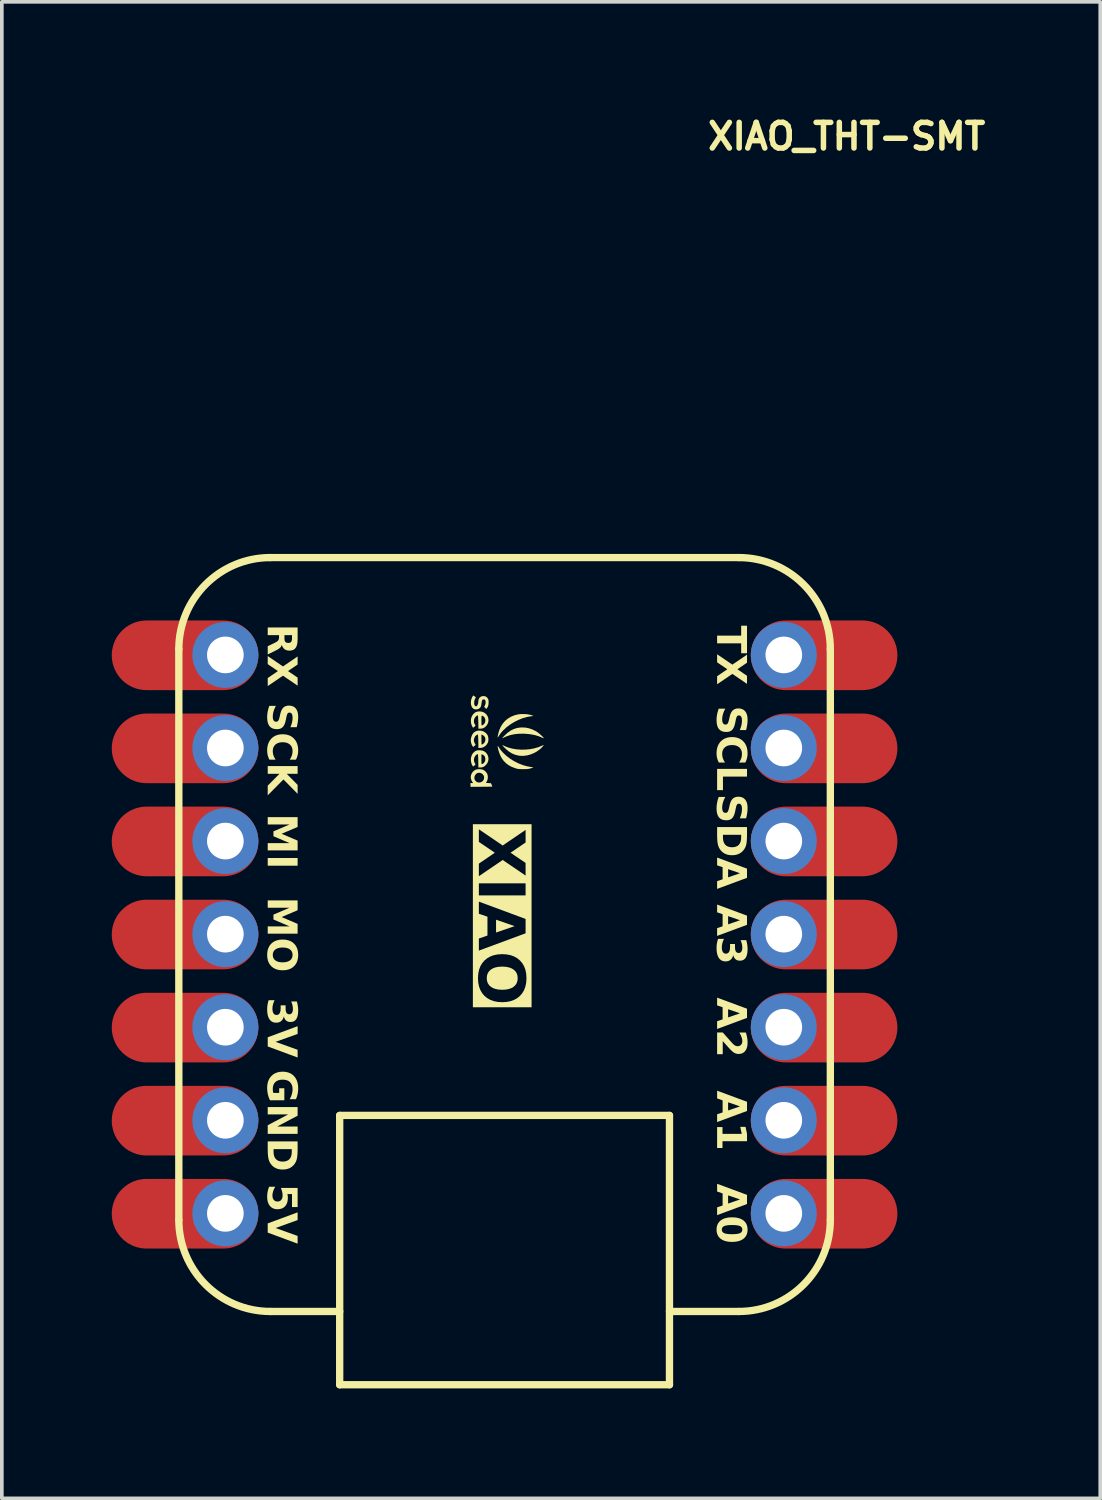
<source format=kicad_pcb>
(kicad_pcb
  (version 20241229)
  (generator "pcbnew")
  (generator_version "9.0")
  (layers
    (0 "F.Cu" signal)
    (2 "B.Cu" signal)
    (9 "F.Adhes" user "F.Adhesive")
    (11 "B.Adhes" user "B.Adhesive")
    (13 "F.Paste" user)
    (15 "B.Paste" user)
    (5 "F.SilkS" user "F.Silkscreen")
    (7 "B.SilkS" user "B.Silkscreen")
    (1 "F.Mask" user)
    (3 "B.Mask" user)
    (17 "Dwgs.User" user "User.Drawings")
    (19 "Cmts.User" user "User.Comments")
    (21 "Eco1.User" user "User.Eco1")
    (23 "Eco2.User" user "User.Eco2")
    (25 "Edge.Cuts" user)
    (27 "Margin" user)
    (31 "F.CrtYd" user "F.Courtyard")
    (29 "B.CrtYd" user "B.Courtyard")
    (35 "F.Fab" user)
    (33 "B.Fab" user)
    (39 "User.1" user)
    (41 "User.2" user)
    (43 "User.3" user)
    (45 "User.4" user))
  (footprint "XIAO_THT-SMT"
    (layer "F.Cu")
    (at 10.72 22.453)
    (property "Reference" "XIAO_THT-SMT" (at 9.335 -21.78 0) (layer "F.SilkS") (effects (font (size 0.7 0.7) (thickness 0.15))))
    (attr through_hole)
    (fp_line (start -8.89 7.787) (end -8.89 -7.787) (stroke (width 0.2) (type solid)) (layer "F.SilkS"))
    (fp_line (start -6.39 -10.287) (end 6.39 -10.287) (stroke (width 0.2) (type solid)) (layer "F.SilkS"))
    (fp_line (start -4.5 4.937) (end 4.5 4.937) (stroke (width 0.2) (type solid)) (layer "F.SilkS"))
    (fp_line (start -4.5 10.287) (end -6.39 10.287) (stroke (width 0.2) (type solid)) (layer "F.SilkS"))
    (fp_line (start -4.5 12.287) (end -4.5 4.937) (stroke (width 0.2) (type solid)) (layer "F.SilkS"))
    (fp_line (start 4.5 4.937) (end 4.5 12.287) (stroke (width 0.2) (type solid)) (layer "F.SilkS"))
    (fp_line (start 4.5 12.287) (end -4.5 12.287) (stroke (width 0.2) (type solid)) (layer "F.SilkS"))
    (fp_line (start 6.39 10.287) (end 4.5 10.287) (stroke (width 0.2) (type solid)) (layer "F.SilkS"))
    (fp_line (start 8.89 -7.787) (end 8.89 7.787) (stroke (width 0.2) (type solid)) (layer "F.SilkS"))
    (fp_arc (start -8.89 -7.787) (mid -8.157767 -9.554767) (end -6.39 -10.287) (stroke (width 0.2) (type solid)) (layer "F.SilkS"))
    (fp_arc (start -6.39 10.287) (mid -8.157767 9.554767) (end -8.89 7.787) (stroke (width 0.2) (type solid)) (layer "F.SilkS"))
    (fp_arc (start 6.39 -10.287) (mid 8.157767 -9.554767) (end 8.89 -7.787) (stroke (width 0.2) (type solid)) (layer "F.SilkS"))
    (fp_arc (start 8.89 7.787) (mid 8.157767 9.554767) (end 6.39 10.287) (stroke (width 0.2) (type solid)) (layer "F.SilkS"))
    (fp_poly (pts (xy 0.727 -5.957) (xy 0.613 -5.937) (xy 0.496 -5.904) (xy 0.379 -5.857) (xy 0.265 -5.8) (xy 0.156 -5.733) (xy 0.055 -5.658) (xy -0.033 -5.576) (xy -0.046 -5.563) (xy -0.082 -5.523) (xy -0.113 -5.484) (xy -0.144 -5.44) (xy -0.179 -5.386) (xy -0.187 -5.376) (xy -0.189 -5.379) (xy -0.189 -5.387) (xy -0.187 -5.404) (xy -0.183 -5.431) (xy -0.178 -5.458) (xy -0.148 -5.567) (xy -0.106 -5.666) (xy -0.052 -5.753) (xy 0.014 -5.83) (xy 0.091 -5.894) (xy 0.178 -5.946) (xy 0.275 -5.984) (xy 0.372 -6.008) (xy 0.433 -6.015) (xy 0.501 -6.017) (xy 0.571 -6.015) (xy 0.638 -6.008) (xy 0.699 -5.996) (xy 0.748 -5.981) (xy 0.756 -5.978) (xy 0.789 -5.963)) (stroke (width 0) (type solid)) (fill yes) (layer "F.SilkS"))
    (fp_poly (pts (xy 1.064 -5.163) (xy 1.053 -5.146) (xy 1.034 -5.124) (xy 1.012 -5.1) (xy 0.989 -5.076) (xy 0.976 -5.065) (xy 0.892 -5.002) (xy 0.8 -4.951) (xy 0.705 -4.912) (xy 0.607 -4.887) (xy 0.51 -4.875) (xy 0.415 -4.878) (xy 0.339 -4.892) (xy 0.264 -4.915) (xy 0.198 -4.944) (xy 0.135 -4.982) (xy 0.072 -5.031) (xy 0.02 -5.078) (xy -0.018 -5.115) (xy -0.043 -5.142) (xy -0.056 -5.158) (xy -0.058 -5.166) (xy -0.049 -5.165) (xy -0.028 -5.157) (xy -0.018 -5.151) (xy 0.085 -5.108) (xy 0.197 -5.076) (xy 0.317 -5.055) (xy 0.441 -5.045) (xy 0.566 -5.046) (xy 0.691 -5.058) (xy 0.812 -5.08) (xy 0.926 -5.114) (xy 1.014 -5.15) (xy 1.04 -5.162) (xy 1.059 -5.17) (xy 1.066 -5.172)) (stroke (width 0) (type solid)) (fill yes) (layer "F.SilkS"))
    (fp_poly (pts (xy 0.756 -4.55) (xy 0.718 -4.535) (xy 0.679 -4.525) (xy 0.637 -4.518) (xy 0.588 -4.514) (xy 0.526 -4.513) (xy 0.502 -4.513) (xy 0.45 -4.514) (xy 0.41 -4.515) (xy 0.379 -4.518) (xy 0.351 -4.522) (xy 0.324 -4.529) (xy 0.299 -4.536) (xy 0.2 -4.573) (xy 0.114 -4.618) (xy 0.039 -4.674) (xy -0.027 -4.742) (xy -0.074 -4.805) (xy -0.11 -4.871) (xy -0.142 -4.948) (xy -0.168 -5.03) (xy -0.177 -5.069) (xy -0.185 -5.11) (xy -0.189 -5.136) (xy -0.188 -5.147) (xy -0.182 -5.144) (xy -0.17 -5.128) (xy -0.16 -5.112) (xy -0.1 -5.026) (xy -0.024 -4.943) (xy 0.063 -4.864) (xy 0.16 -4.792) (xy 0.265 -4.728) (xy 0.375 -4.672) (xy 0.489 -4.627) (xy 0.604 -4.593) (xy 0.717 -4.572) (xy 0.735 -4.57) (xy 0.789 -4.564)) (stroke (width 0) (type solid)) (fill yes) (layer "F.SilkS"))
    (fp_poly (pts (xy 1.062 -5.357) (xy 1.044 -5.363) (xy 1.029 -5.37) (xy 0.927 -5.413) (xy 0.812 -5.446) (xy 0.685 -5.468) (xy 0.547 -5.48) (xy 0.523 -5.481) (xy 0.391 -5.479) (xy 0.271 -5.467) (xy 0.16 -5.444) (xy 0.056 -5.409) (xy -0.000345 -5.385) (xy -0.029 -5.371) (xy -0.052 -5.362) (xy -0.064 -5.359) (xy -0.065 -5.359) (xy -0.059 -5.367) (xy -0.044 -5.384) (xy -0.022 -5.408) (xy 0.004 -5.434) (xy 0.086 -5.509) (xy 0.17 -5.568) (xy 0.257 -5.61) (xy 0.348 -5.638) (xy 0.444 -5.65) (xy 0.481 -5.651) (xy 0.576 -5.646) (xy 0.665 -5.628) (xy 0.754 -5.598) (xy 0.844 -5.554) (xy 0.864 -5.543) (xy 0.892 -5.525) (xy 0.924 -5.5) (xy 0.959 -5.473) (xy 0.992 -5.443) (xy 1.023 -5.415) (xy 1.047 -5.39) (xy 1.064 -5.37) (xy 1.069 -5.359)) (stroke (width 0) (type solid)) (fill yes) (layer "F.SilkS"))
    (fp_poly (pts (xy -0.44 -6.273) (xy -0.454 -6.224) (xy -0.478 -6.18) (xy -0.486 -6.171) (xy -0.494 -6.162) (xy -0.502 -6.161) (xy -0.514 -6.17) (xy -0.528 -6.184) (xy -0.557 -6.212) (xy -0.536 -6.253) (xy -0.52 -6.299) (xy -0.516 -6.345) (xy -0.525 -6.385) (xy -0.528 -6.392) (xy -0.541 -6.41) (xy -0.558 -6.416) (xy -0.569 -6.417) (xy -0.59 -6.414) (xy -0.605 -6.403) (xy -0.616 -6.382) (xy -0.624 -6.349) (xy -0.63 -6.307) (xy -0.638 -6.255) (xy -0.65 -6.217) (xy -0.667 -6.19) (xy -0.692 -6.169) (xy -0.707 -6.16) (xy -0.747 -6.146) (xy -0.789 -6.143) (xy -0.829 -6.151) (xy -0.855 -6.164) (xy -0.885 -6.196) (xy -0.906 -6.239) (xy -0.918 -6.291) (xy -0.92 -6.348) (xy -0.913 -6.4) (xy -0.902 -6.435) (xy -0.887 -6.472) (xy -0.879 -6.486) (xy -0.856 -6.525) (xy -0.82 -6.5) (xy -0.783 -6.475) (xy -0.804 -6.437) (xy -0.821 -6.395) (xy -0.829 -6.346) (xy -0.83 -6.343) (xy -0.83 -6.296) (xy -0.822 -6.262) (xy -0.807 -6.24) (xy -0.794 -6.232) (xy -0.778 -6.227) (xy -0.764 -6.232) (xy -0.753 -6.241) (xy -0.737 -6.265) (xy -0.724 -6.301) (xy -0.717 -6.345) (xy -0.715 -6.376) (xy -0.708 -6.42) (xy -0.686 -6.458) (xy -0.654 -6.487) (xy -0.612 -6.504) (xy -0.576 -6.508) (xy -0.528 -6.501) (xy -0.49 -6.48) (xy -0.46 -6.445) (xy -0.457 -6.441) (xy -0.446 -6.419) (xy -0.44 -6.398) (xy -0.437 -6.371) (xy -0.436 -6.333) (xy -0.436 -6.333)) (stroke (width 0) (type solid)) (fill yes) (layer "F.SilkS"))
    (fp_poly (pts (xy -0.343 -4.036) (xy -0.366 -4.035) (xy -0.402 -4.035) (xy -0.449 -4.034) (xy -0.505 -4.033) (xy -0.569 -4.033) (xy -0.632 -4.032) (xy -0.928 -4.03) (xy -0.93 -4.082) (xy -0.933 -4.133) (xy -0.894 -4.133) (xy -0.855 -4.133) (xy -0.877 -4.159) (xy -0.895 -4.188) (xy -0.91 -4.226) (xy -0.921 -4.266) (xy -0.924 -4.296) (xy -0.916 -4.35) (xy -0.894 -4.402) (xy -0.86 -4.448) (xy -0.817 -4.483) (xy -0.801 -4.492) (xy -0.757 -4.506) (xy -0.709 -4.512) (xy -0.709 -4.414) (xy -0.747 -4.404) (xy -0.765 -4.393) (xy -0.797 -4.361) (xy -0.817 -4.321) (xy -0.825 -4.278) (xy -0.819 -4.235) (xy -0.807 -4.211) (xy -0.778 -4.177) (xy -0.744 -4.156) (xy -0.706 -4.148) (xy -0.667 -4.151) (xy -0.63 -4.164) (xy -0.599 -4.186) (xy -0.574 -4.217) (xy -0.56 -4.256) (xy -0.559 -4.3) (xy -0.559 -4.301) (xy -0.572 -4.341) (xy -0.597 -4.373) (xy -0.63 -4.398) (xy -0.668 -4.412) (xy -0.709 -4.414) (xy -0.709 -4.512) (xy -0.705 -4.513) (xy -0.652 -4.511) (xy -0.603 -4.501) (xy -0.58 -4.492) (xy -0.541 -4.468) (xy -0.507 -4.434) (xy -0.479 -4.397) (xy -0.467 -4.368) (xy -0.457 -4.314) (xy -0.459 -4.258) (xy -0.472 -4.206) (xy -0.477 -4.195) (xy -0.49 -4.17) (xy -0.502 -4.151) (xy -0.508 -4.145) (xy -0.506 -4.141) (xy -0.489 -4.137) (xy -0.458 -4.134) (xy -0.446 -4.133) (xy -0.372 -4.129) (xy -0.352 -4.083) (xy -0.342 -4.059) (xy -0.336 -4.042) (xy -0.335 -4.036)) (stroke (width 0) (type solid)) (fill yes) (layer "F.SilkS"))
    (fp_poly (pts (xy -0.449 -5.256) (xy -0.455 -5.24) (xy -0.486 -5.186) (xy -0.528 -5.143) (xy -0.578 -5.112) (xy -0.633 -5.095) (xy -0.667 -5.092) (xy -0.715 -5.092) (xy -0.715 -5.194) (xy -0.716 -5.242) (xy -0.717 -5.291) (xy -0.719 -5.339) (xy -0.721 -5.383) (xy -0.724 -5.419) (xy -0.726 -5.445) (xy -0.729 -5.457) (xy -0.729 -5.458) (xy -0.739 -5.458) (xy -0.756 -5.449) (xy -0.777 -5.435) (xy -0.795 -5.419) (xy -0.806 -5.405) (xy -0.83 -5.352) (xy -0.838 -5.301) (xy -0.83 -5.252) (xy -0.81 -5.212) (xy -0.789 -5.181) (xy -0.82 -5.149) (xy -0.84 -5.13) (xy -0.853 -5.123) (xy -0.862 -5.126) (xy -0.863 -5.127) (xy -0.879 -5.147) (xy -0.895 -5.179) (xy -0.909 -5.218) (xy -0.914 -5.24) (xy -0.921 -5.277) (xy -0.922 -5.308) (xy -0.919 -5.341) (xy -0.912 -5.375) (xy -0.896 -5.425) (xy -0.872 -5.471) (xy -0.843 -5.508) (xy -0.829 -5.52) (xy -0.779 -5.549) (xy -0.723 -5.564) (xy -0.665 -5.565) (xy -0.632 -5.559) (xy -0.632 -5.458) (xy -0.632 -5.321) (xy -0.631 -5.264) (xy -0.63 -5.223) (xy -0.628 -5.197) (xy -0.624 -5.185) (xy -0.622 -5.183) (xy -0.602 -5.19) (xy -0.578 -5.207) (xy -0.555 -5.23) (xy -0.541 -5.253) (xy -0.525 -5.301) (xy -0.524 -5.347) (xy -0.538 -5.388) (xy -0.565 -5.422) (xy -0.605 -5.447) (xy -0.611 -5.45) (xy -0.632 -5.458) (xy -0.632 -5.559) (xy -0.608 -5.554) (xy -0.555 -5.532) (xy -0.509 -5.498) (xy -0.472 -5.454) (xy -0.463 -5.438) (xy -0.449 -5.398) (xy -0.442 -5.35) (xy -0.442 -5.3)) (stroke (width 0) (type solid)) (fill yes) (layer "F.SilkS"))
    (fp_poly (pts (xy -0.448 -4.73) (xy -0.472 -4.676) (xy -0.509 -4.627) (xy -0.519 -4.618) (xy -0.557 -4.587) (xy -0.594 -4.568) (xy -0.635 -4.56) (xy -0.665 -4.558) (xy -0.715 -4.558) (xy -0.717 -4.681) (xy -0.717 -4.726) (xy -0.718 -4.765) (xy -0.719 -4.795) (xy -0.72 -4.813) (xy -0.72 -4.817) (xy -0.721 -4.831) (xy -0.722 -4.857) (xy -0.723 -4.878) (xy -0.724 -4.905) (xy -0.726 -4.918) (xy -0.732 -4.922) (xy -0.742 -4.92) (xy -0.772 -4.904) (xy -0.8 -4.875) (xy -0.821 -4.838) (xy -0.829 -4.817) (xy -0.837 -4.766) (xy -0.83 -4.716) (xy -0.81 -4.671) (xy -0.807 -4.667) (xy -0.791 -4.644) (xy -0.824 -4.612) (xy -0.842 -4.595) (xy -0.854 -4.588) (xy -0.864 -4.59) (xy -0.874 -4.605) (xy -0.888 -4.632) (xy -0.895 -4.646) (xy -0.91 -4.69) (xy -0.918 -4.742) (xy -0.92 -4.794) (xy -0.915 -4.83) (xy -0.896 -4.894) (xy -0.866 -4.946) (xy -0.825 -4.986) (xy -0.796 -5.005) (xy -0.771 -5.018) (xy -0.749 -5.025) (xy -0.722 -5.028) (xy -0.686 -5.029) (xy -0.686 -5.029) (xy -0.632 -5.024) (xy -0.632 -4.918) (xy -0.632 -4.784) (xy -0.632 -4.734) (xy -0.631 -4.697) (xy -0.63 -4.673) (xy -0.627 -4.659) (xy -0.624 -4.652) (xy -0.619 -4.65) (xy -0.619 -4.65) (xy -0.597 -4.657) (xy -0.573 -4.675) (xy -0.551 -4.7) (xy -0.539 -4.72) (xy -0.526 -4.764) (xy -0.526 -4.808) (xy -0.537 -4.849) (xy -0.558 -4.882) (xy -0.589 -4.905) (xy -0.609 -4.913) (xy -0.632 -4.918) (xy -0.632 -5.024) (xy -0.622 -5.023) (xy -0.568 -5.006) (xy -0.522 -4.976) (xy -0.499 -4.952) (xy -0.464 -4.902) (xy -0.445 -4.846) (xy -0.439 -4.788)) (stroke (width 0) (type solid)) (fill yes) (layer "F.SilkS"))
    (fp_poly (pts (xy -0.453 -5.771) (xy -0.479 -5.719) (xy -0.512 -5.679) (xy -0.556 -5.644) (xy -0.603 -5.624) (xy -0.658 -5.617) (xy -0.663 -5.617) (xy -0.715 -5.617) (xy -0.715 -5.719) (xy -0.716 -5.762) (xy -0.717 -5.808) (xy -0.719 -5.855) (xy -0.721 -5.898) (xy -0.723 -5.936) (xy -0.725 -5.964) (xy -0.727 -5.98) (xy -0.728 -5.982) (xy -0.736 -5.98) (xy -0.753 -5.973) (xy -0.755 -5.972) (xy -0.79 -5.945) (xy -0.817 -5.907) (xy -0.834 -5.862) (xy -0.838 -5.815) (xy -0.832 -5.781) (xy -0.822 -5.753) (xy -0.809 -5.729) (xy -0.806 -5.724) (xy -0.791 -5.703) (xy -0.824 -5.67) (xy -0.842 -5.654) (xy -0.854 -5.646) (xy -0.864 -5.649) (xy -0.874 -5.663) (xy -0.888 -5.691) (xy -0.895 -5.704) (xy -0.91 -5.749) (xy -0.918 -5.801) (xy -0.92 -5.854) (xy -0.915 -5.889) (xy -0.894 -5.955) (xy -0.861 -6.008) (xy -0.816 -6.051) (xy -0.787 -6.069) (xy -0.745 -6.083) (xy -0.694 -6.089) (xy -0.641 -6.085) (xy -0.614 -6.078) (xy -0.614 -5.973) (xy -0.622 -5.971) (xy -0.627 -5.96) (xy -0.63 -5.939) (xy -0.632 -5.905) (xy -0.632 -5.856) (xy -0.632 -5.842) (xy -0.632 -5.792) (xy -0.631 -5.756) (xy -0.63 -5.732) (xy -0.628 -5.718) (xy -0.624 -5.711) (xy -0.619 -5.708) (xy -0.616 -5.708) (xy -0.594 -5.715) (xy -0.57 -5.735) (xy -0.548 -5.762) (xy -0.539 -5.778) (xy -0.525 -5.826) (xy -0.526 -5.871) (xy -0.54 -5.912) (xy -0.567 -5.946) (xy -0.584 -5.958) (xy -0.601 -5.968) (xy -0.614 -5.973) (xy -0.614 -6.078) (xy -0.59 -6.072) (xy -0.572 -6.064) (xy -0.521 -6.031) (xy -0.482 -5.988) (xy -0.455 -5.938) (xy -0.441 -5.883) (xy -0.44 -5.827)) (stroke (width 0) (type solid)) (fill yes) (layer "F.SilkS"))
    (fp_text user "SCL" (at 6.6 -5.08 270) (unlocked yes) (layer "F.SilkS") (effects (font (face "Space Grotesk") (size 0.8 0.8) (thickness 0.16) (bold yes)) (justify top)))
    (fp_text user "GND" (at -6.6 5.08 270) (unlocked yes) (layer "F.SilkS") (effects (font (face "Space Grotesk") (size 0.8 0.8) (thickness 0.16) (bold yes)) (justify bottom)))
    (fp_text user "A0" (at 6.6 7.62 270) (unlocked yes) (layer "F.SilkS") (effects (font (face "Space Grotesk") (size 0.8 0.8) (thickness 0.16) (bold yes)) (justify top)))
    (fp_text user "A2" (at 6.6 2.54 270) (unlocked yes) (layer "F.SilkS") (effects (font (face "Space Grotesk") (size 0.8 0.8) (thickness 0.16) (bold yes)) (justify top)))
    (fp_text user "MO" (at -6.6 0 270) (unlocked yes) (layer "F.SilkS") (effects (font (face "Space Grotesk") (size 0.8 0.8) (thickness 0.16) (bold yes)) (justify bottom)))
    (fp_text user "A3" (at 6.6 0 270) (unlocked yes) (layer "F.SilkS") (effects (font (face "Space Grotesk") (size 0.8 0.8) (thickness 0.16) (bold yes)) (justify top)))
    (fp_text user "SDA" (at 6.6 -2.54 270) (unlocked yes) (layer "F.SilkS") (effects (font (face "Space Grotesk") (size 0.8 0.8) (thickness 0.16) (bold yes)) (justify top)))
    (fp_text user "MI" (at -6.6 -2.54 270) (unlocked yes) (layer "F.SilkS") (effects (font (face "Space Grotesk") (size 0.8 0.8) (thickness 0.16) (bold yes)) (justify bottom)))
    (fp_text user "TX" (at 6.6 -7.62 270) (unlocked yes) (layer "F.SilkS") (effects (font (face "Space Grotesk") (size 0.8 0.8) (thickness 0.16) (bold yes)) (justify top)))
    (fp_text user "5V" (at -6.6 7.62 270) (unlocked yes) (layer "F.SilkS") (effects (font (face "Space Grotesk") (size 0.8 0.8) (thickness 0.16) (bold yes)) (justify bottom)))
    (fp_text user "A1" (at 6.6 5.08 270) (unlocked yes) (layer "F.SilkS") (effects (font (face "Space Grotesk") (size 0.8 0.8) (thickness 0.16) (bold yes)) (justify top)))
    (fp_text user "SCK" (at -6.6 -5.08 270) (unlocked yes) (layer "F.SilkS") (effects (font (face "Space Grotesk") (size 0.8 0.8) (thickness 0.16) (bold yes)) (justify bottom)))
    (fp_text user "3V" (at -6.6 2.54 270) (unlocked yes) (layer "F.SilkS") (effects (font (face "Space Grotesk") (size 0.8 0.8) (thickness 0.16) (bold yes)) (justify bottom)))
    (fp_text user "XIAO" (at -0.183 -2.905 270) (unlocked yes) (layer "F.SilkS" knockout) (effects (font (face "Space Grotesk") (size 1.25 1.25) (thickness 0.25) (bold yes)) (justify left)))
    (fp_text user "RX" (at -6.6 -7.62 270) (unlocked yes) (layer "F.SilkS") (effects (font (face "Space Grotesk") (size 0.8 0.8) (thickness 0.16) (bold yes)) (justify bottom)))
    (pad "1" thru_hole circle (at 7.62 7.61 270) (size 1.8 1.8) (drill 1) (layers "*.Cu" "*.Mask"))
    (pad "1" smd oval (at 7.62 7.62 90) (size 1.9 4) (drill (offset 0 1.1)) (layers "F.Cu" "F.Mask"))
    (pad "2" thru_hole circle (at 7.62 5.07 270) (size 1.8 1.8) (drill 1) (layers "*.Cu" "*.Mask"))
    (pad "2" smd oval (at 7.62 5.08 90) (size 1.9 4) (drill (offset 0 1.1)) (layers "F.Cu" "F.Mask"))
    (pad "3" thru_hole circle (at 7.62 2.53 270) (size 1.8 1.8) (drill 1) (layers "*.Cu" "*.Mask"))
    (pad "3" smd oval (at 7.62 2.54 90) (size 1.9 4) (drill (offset 0 1.1)) (layers "F.Cu" "F.Mask"))
    (pad "4" thru_hole circle (at 7.62 -0.01 270) (size 1.8 1.8) (drill 1) (layers "*.Cu" "*.Mask"))
    (pad "4" smd oval (at 7.62 0 90) (size 1.9 4) (drill (offset 0 1.1)) (layers "F.Cu" "F.Mask"))
    (pad "5" thru_hole circle (at 7.62 -2.55 270) (size 1.8 1.8) (drill 1) (layers "*.Cu" "*.Mask"))
    (pad "5" smd oval (at 7.62 -2.54 90) (size 1.9 4) (drill (offset 0 1.1)) (layers "F.Cu" "F.Mask"))
    (pad "6" thru_hole circle (at 7.62 -5.09 270) (size 1.8 1.8) (drill 1) (layers "*.Cu" "*.Mask"))
    (pad "6" smd oval (at 7.62 -5.08 90) (size 1.9 4) (drill (offset 0 1.1)) (layers "F.Cu" "F.Mask"))
    (pad "7" thru_hole circle (at 7.62 -7.63 270) (size 1.8 1.8) (drill 1) (layers "*.Cu" "*.Mask"))
    (pad "7" smd oval (at 7.62 -7.62 90) (size 1.9 4) (drill (offset 0 1.1)) (layers "F.Cu" "F.Mask"))
    (pad "8" thru_hole circle (at -7.62 -7.63 90) (size 1.8 1.8) (drill 1) (layers "*.Cu" "*.Mask"))
    (pad "8" smd oval (at -7.62 -7.62 270) (size 1.9 4) (drill (offset 0 1.1)) (layers "F.Cu" "F.Mask"))
    (pad "9" thru_hole circle (at -7.62 -5.09 90) (size 1.8 1.8) (drill 1) (layers "*.Cu" "*.Mask"))
    (pad "9" smd oval (at -7.62 -5.08 270) (size 1.9 4) (drill (offset 0 1.1)) (layers "F.Cu" "F.Mask"))
    (pad "10" thru_hole circle (at -7.62 -2.55 90) (size 1.8 1.8) (drill 1) (layers "*.Cu" "*.Mask"))
    (pad "10" smd oval (at -7.62 -2.54 270) (size 1.9 4) (drill (offset 0 1.1)) (layers "F.Cu" "F.Mask"))
    (pad "11" thru_hole circle (at -7.62 -0.01 90) (size 1.8 1.8) (drill 1) (layers "*.Cu" "*.Mask"))
    (pad "11" smd oval (at -7.62 0 270) (size 1.9 4) (drill (offset 0 1.1)) (layers "F.Cu" "F.Mask"))
    (pad "12" thru_hole circle (at -7.62 2.53 90) (size 1.8 1.8) (drill 1) (layers "*.Cu" "*.Mask"))
    (pad "12" smd oval (at -7.62 2.54 270) (size 1.9 4) (drill (offset 0 1.1)) (layers "F.Cu" "F.Mask"))
    (pad "13" thru_hole circle (at -7.62 5.07 90) (size 1.8 1.8) (drill 1) (layers "*.Cu" "*.Mask"))
    (pad "13" smd oval (at -7.62 5.08 270) (size 1.9 4) (drill (offset 0 1.1)) (layers "F.Cu" "F.Mask"))
    (pad "14" thru_hole circle (at -7.62 7.61 90) (size 1.8 1.8) (drill 1) (layers "*.Cu" "*.Mask"))
    (pad "14" smd oval (at -7.62 7.62 270) (size 1.9 4) (drill (offset 0 1.1)) (layers "F.Cu" "F.Mask")))
  (gr_rect
    (start -3 -3)
    (end 26.976 37.84)
    (stroke (width 0.1) (type default))
    (fill no)
    (layer "Edge.Cuts")))
</source>
